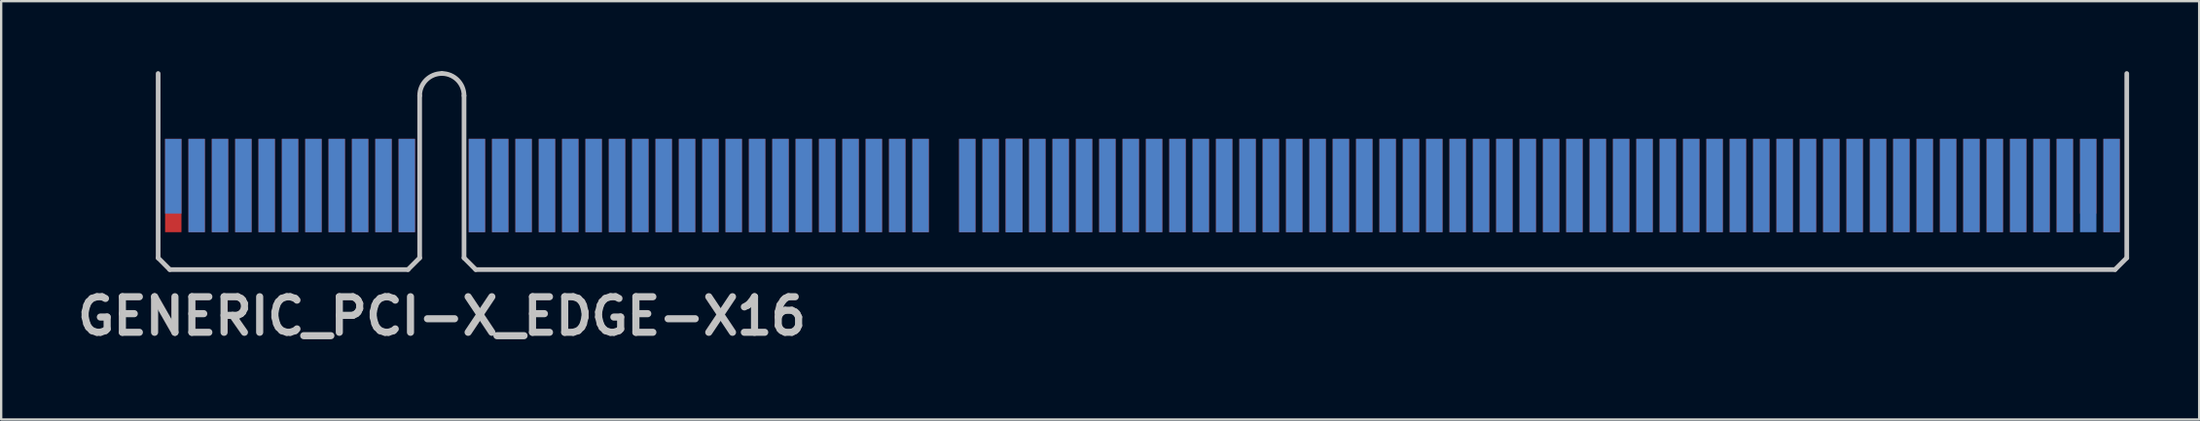
<source format=kicad_pcb>
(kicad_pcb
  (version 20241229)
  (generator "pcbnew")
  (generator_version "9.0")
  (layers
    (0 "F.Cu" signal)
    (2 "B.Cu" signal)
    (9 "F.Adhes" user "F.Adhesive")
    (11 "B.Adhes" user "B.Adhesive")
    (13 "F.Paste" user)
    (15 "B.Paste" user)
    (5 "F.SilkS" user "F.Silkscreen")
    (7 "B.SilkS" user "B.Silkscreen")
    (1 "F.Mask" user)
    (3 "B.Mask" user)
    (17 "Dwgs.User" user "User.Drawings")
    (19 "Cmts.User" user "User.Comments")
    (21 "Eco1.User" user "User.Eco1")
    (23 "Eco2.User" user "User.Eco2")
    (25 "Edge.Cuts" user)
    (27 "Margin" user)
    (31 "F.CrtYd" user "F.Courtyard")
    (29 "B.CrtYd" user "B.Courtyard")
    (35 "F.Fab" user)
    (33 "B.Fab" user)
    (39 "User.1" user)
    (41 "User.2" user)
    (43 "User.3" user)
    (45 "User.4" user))
  (footprint "GENERIC_PCI-X_EDGE-X16"
    (layer "F.Cu")
    (at 15.871 4.301)
    (property "Reference" "GENERIC_PCI-X_EDGE-X16" (at 0 6.2 0) (layer "Dwgs.User") (effects (font (size 1.524 1.524) (thickness 0.305))))
    (attr smd)
    (fp_line (start -12.149 3.701) (end -12.149 -4.201) (stroke (width 0.2) (type solid)) (layer "Dwgs.User"))
    (fp_line (start -11.651 4.201) (end -12.149 3.701) (stroke (width 0.2) (type solid)) (layer "Dwgs.User"))
    (fp_line (start -1.45 4.201) (end -11.651 4.201) (stroke (width 0.2) (type solid)) (layer "Dwgs.User"))
    (fp_line (start -0.95 -3.251) (end -0.95 3.701) (stroke (width 0.2) (type solid)) (layer "Dwgs.User"))
    (fp_line (start -0.95 3.701) (end -1.45 4.201) (stroke (width 0.2) (type solid)) (layer "Dwgs.User"))
    (fp_line (start 0.95 3.701) (end 0.95 -3.251) (stroke (width 0.2) (type solid)) (layer "Dwgs.User"))
    (fp_line (start 0.95 3.701) (end 1.45 4.201) (stroke (width 0.2) (type solid)) (layer "Dwgs.User"))
    (fp_line (start 71.651 4.201) (end 1.45 4.201) (stroke (width 0.2) (type solid)) (layer "Dwgs.User"))
    (fp_line (start 71.651 4.201) (end 72.151 3.701) (stroke (width 0.2) (type solid)) (layer "Dwgs.User"))
    (fp_line (start 72.151 3.701) (end 72.151 -4.201) (stroke (width 0.2) (type solid)) (layer "Dwgs.User"))
    (fp_arc (start -0.94996 -3.2512) (mid -0.671723 -3.922923) (end 0 -4.20116) (stroke (width 0.2) (type solid)) (layer "Dwgs.User"))
    (fp_arc (start 0 -4.20116) (mid 0.671723 -3.922923) (end 0.94996 -3.2512) (stroke (width 0.2) (type solid)) (layer "Dwgs.User"))
    (pad "A1" smd rect (at -11.501 0.201) (size 0.701 3.2) (layers "F.Mask" "B.Cu" "F.Paste"))
    (pad "A2" smd rect (at -10.5 0.599) (size 0.701 4) (layers "F.Mask" "B.Cu" "F.Paste"))
    (pad "A3" smd rect (at -9.5 0.599) (size 0.701 4) (layers "F.Mask" "B.Cu" "F.Paste"))
    (pad "A4" smd rect (at -8.499 0.599) (size 0.701 4) (layers "F.Mask" "B.Cu" "F.Paste"))
    (pad "A5" smd rect (at -7.501 0.599) (size 0.701 4) (layers "F.Mask" "B.Cu" "F.Paste"))
    (pad "A6" smd rect (at -6.5 0.599) (size 0.701 4) (layers "F.Mask" "B.Cu" "F.Paste"))
    (pad "A7" smd rect (at -5.499 0.599) (size 0.701 4) (layers "F.Mask" "B.Cu" "F.Paste"))
    (pad "A8" smd rect (at -4.501 0.599) (size 0.701 4) (layers "F.Mask" "B.Cu" "F.Paste"))
    (pad "A9" smd rect (at -3.5 0.599) (size 0.701 4) (layers "F.Mask" "B.Cu" "F.Paste"))
    (pad "A10" smd rect (at -2.499 0.599) (size 0.701 4) (layers "F.Mask" "B.Cu" "F.Paste"))
    (pad "A11" smd rect (at -1.501 0.599) (size 0.701 4) (layers "F.Mask" "B.Cu" "F.Paste"))
    (pad "A12" smd rect (at 1.501 0.599) (size 0.701 4) (layers "F.Mask" "B.Cu" "F.Paste"))
    (pad "A13" smd rect (at 2.499 0.599) (size 0.701 4) (layers "F.Mask" "B.Cu" "F.Paste"))
    (pad "A14" smd rect (at 3.5 0.599) (size 0.701 4) (layers "F.Mask" "B.Cu" "F.Paste"))
    (pad "A15" smd rect (at 4.501 0.599) (size 0.701 4) (layers "F.Mask" "B.Cu" "F.Paste"))
    (pad "A16" smd rect (at 5.499 0.599) (size 0.701 4) (layers "F.Mask" "B.Cu" "F.Paste"))
    (pad "A17" smd rect (at 6.5 0.599) (size 0.701 4) (layers "F.Mask" "B.Cu" "F.Paste"))
    (pad "A18" smd rect (at 7.501 0.599) (size 0.701 4) (layers "F.Mask" "B.Cu" "F.Paste"))
    (pad "A19" smd rect (at 8.499 0.599) (size 0.701 4) (layers "F.Mask" "B.Cu" "F.Paste"))
    (pad "A20" smd rect (at 9.5 0.599) (size 0.701 4) (layers "F.Mask" "B.Cu" "F.Paste"))
    (pad "A21" smd rect (at 10.5 0.599) (size 0.701 4) (layers "F.Mask" "B.Cu" "F.Paste"))
    (pad "A22" smd rect (at 11.501 0.599) (size 0.701 4) (layers "F.Mask" "B.Cu" "F.Paste"))
    (pad "A23" smd rect (at 12.499 0.599) (size 0.701 4) (layers "F.Mask" "B.Cu" "F.Paste"))
    (pad "A24" smd rect (at 13.5 0.599) (size 0.701 4) (layers "F.Mask" "B.Cu" "F.Paste"))
    (pad "A25" smd rect (at 14.501 0.599) (size 0.701 4) (layers "F.Mask" "B.Cu" "F.Paste"))
    (pad "A26" smd rect (at 15.499 0.599) (size 0.701 4) (layers "F.Mask" "B.Cu" "F.Paste"))
    (pad "A27" smd rect (at 16.5 0.599) (size 0.701 4) (layers "F.Mask" "B.Cu" "F.Paste"))
    (pad "A28" smd rect (at 17.501 0.599) (size 0.701 4) (layers "F.Mask" "B.Cu" "F.Paste"))
    (pad "A29" smd rect (at 18.499 0.599) (size 0.701 4) (layers "F.Mask" "B.Cu" "F.Paste"))
    (pad "A30" smd rect (at 19.5 0.599) (size 0.701 4) (layers "F.Mask" "B.Cu" "F.Paste"))
    (pad "A31" smd rect (at 20.5 0.599) (size 0.701 4) (layers "F.Mask" "B.Cu" "F.Paste"))
    (pad "A32" smd rect (at 24.501 0.599) (size 0.701 4) (layers "F.Mask" "B.Cu" "F.Paste"))
    (pad "A33" smd rect (at 22.499 0.599) (size 0.701 4) (layers "F.Mask" "B.Cu" "F.Paste"))
    (pad "A34" smd rect (at 23.5 0.599) (size 0.701 4) (layers "F.Mask" "B.Cu" "F.Paste"))
    (pad "A35" smd rect (at 24.501 0.599) (size 0.701 4) (layers "F.Mask" "B.Cu" "F.Paste"))
    (pad "A36" smd rect (at 25.499 0.599) (size 0.701 4) (layers "F.Mask" "B.Cu" "F.Paste"))
    (pad "A37" smd rect (at 26.5 0.599) (size 0.701 4) (layers "F.Mask" "B.Cu" "F.Paste"))
    (pad "A38" smd rect (at 27.501 0.599) (size 0.701 4) (layers "F.Mask" "B.Cu" "F.Paste"))
    (pad "A39" smd rect (at 28.499 0.599) (size 0.701 4) (layers "F.Mask" "B.Cu" "F.Paste"))
    (pad "A40" smd rect (at 29.5 0.599) (size 0.701 4) (layers "F.Mask" "B.Cu" "F.Paste"))
    (pad "A41" smd rect (at 30.5 0.599) (size 0.701 4) (layers "F.Mask" "B.Cu" "F.Paste"))
    (pad "A42" smd rect (at 31.501 0.599) (size 0.701 4) (layers "F.Mask" "B.Cu" "F.Paste"))
    (pad "A43" smd rect (at 32.499 0.599) (size 0.701 4) (layers "F.Mask" "B.Cu" "F.Paste"))
    (pad "A44" smd rect (at 33.5 0.599) (size 0.701 4) (layers "F.Mask" "B.Cu" "F.Paste"))
    (pad "A45" smd rect (at 34.501 0.599) (size 0.701 4) (layers "F.Mask" "B.Cu" "F.Paste"))
    (pad "A46" smd rect (at 35.499 0.599) (size 0.701 4) (layers "F.Mask" "B.Cu" "F.Paste"))
    (pad "A47" smd rect (at 36.5 0.599) (size 0.701 4) (layers "F.Mask" "B.Cu" "F.Paste"))
    (pad "A48" smd rect (at 37.501 0.599) (size 0.701 4) (layers "F.Mask" "B.Cu" "F.Paste"))
    (pad "A49" smd rect (at 38.499 0.599) (size 0.701 4) (layers "F.Mask" "B.Cu" "F.Paste"))
    (pad "A50" smd rect (at 39.5 0.599) (size 0.701 4) (layers "F.Mask" "B.Cu" "F.Paste"))
    (pad "A51" smd rect (at 40.5 0.599) (size 0.701 4) (layers "F.Mask" "B.Cu" "F.Paste"))
    (pad "A52" smd rect (at 41.501 0.599) (size 0.701 4) (layers "F.Mask" "B.Cu" "F.Paste"))
    (pad "A53" smd rect (at 42.499 0.599) (size 0.701 4) (layers "F.Mask" "B.Cu" "F.Paste"))
    (pad "A54" smd rect (at 43.5 0.599) (size 0.701 4) (layers "F.Mask" "B.Cu" "F.Paste"))
    (pad "A55" smd rect (at 44.501 0.599) (size 0.701 4) (layers "F.Mask" "B.Cu" "F.Paste"))
    (pad "A56" smd rect (at 45.499 0.599) (size 0.701 4) (layers "F.Mask" "B.Cu" "F.Paste"))
    (pad "A57" smd rect (at 46.5 0.599) (size 0.701 4) (layers "F.Mask" "B.Cu" "F.Paste"))
    (pad "A58" smd rect (at 47.501 0.599) (size 0.701 4) (layers "F.Mask" "B.Cu" "F.Paste"))
    (pad "A59" smd rect (at 48.499 0.599) (size 0.701 4) (layers "F.Mask" "B.Cu" "F.Paste"))
    (pad "A60" smd rect (at 49.5 0.599) (size 0.701 4) (layers "F.Mask" "B.Cu" "F.Paste"))
    (pad "A61" smd rect (at 50.5 0.599) (size 0.701 4) (layers "F.Mask" "B.Cu" "F.Paste"))
    (pad "A62" smd rect (at 51.501 0.599) (size 0.701 4) (layers "F.Mask" "B.Cu" "F.Paste"))
    (pad "A63" smd rect (at 52.499 0.599) (size 0.701 4) (layers "F.Mask" "B.Cu" "F.Paste"))
    (pad "A64" smd rect (at 53.5 0.599) (size 0.701 4) (layers "F.Mask" "B.Cu" "F.Paste"))
    (pad "A65" smd rect (at 54.501 0.599) (size 0.701 4) (layers "F.Mask" "B.Cu" "F.Paste"))
    (pad "A66" smd rect (at 55.499 0.599) (size 0.701 4) (layers "F.Mask" "B.Cu" "F.Paste"))
    (pad "A67" smd rect (at 56.5 0.599) (size 0.701 4) (layers "F.Mask" "B.Cu" "F.Paste"))
    (pad "A68" smd rect (at 57.501 0.599) (size 0.701 4) (layers "F.Mask" "B.Cu" "F.Paste"))
    (pad "A69" smd rect (at 58.499 0.599) (size 0.701 4) (layers "F.Mask" "B.Cu" "F.Paste"))
    (pad "A70" smd rect (at 59.499 0.599) (size 0.701 4) (layers "F.Mask" "B.Cu" "F.Paste"))
    (pad "A71" smd rect (at 60.5 0.599) (size 0.701 4) (layers "F.Mask" "B.Cu" "F.Paste"))
    (pad "A72" smd rect (at 61.501 0.599) (size 0.701 4) (layers "F.Mask" "B.Cu" "F.Paste"))
    (pad "A73" smd rect (at 62.499 0.599) (size 0.701 4) (layers "F.Mask" "B.Cu" "F.Paste"))
    (pad "A74" smd rect (at 63.5 0.599) (size 0.701 4) (layers "F.Mask" "B.Cu" "F.Paste"))
    (pad "A75" smd rect (at 64.501 0.599) (size 0.701 4) (layers "F.Mask" "B.Cu" "F.Paste"))
    (pad "A76" smd rect (at 65.499 0.599) (size 0.701 4) (layers "F.Mask" "B.Cu" "F.Paste"))
    (pad "A77" smd rect (at 66.5 0.599) (size 0.701 4) (layers "F.Mask" "B.Cu" "F.Paste"))
    (pad "A78" smd rect (at 67.501 0.599) (size 0.701 4) (layers "F.Mask" "B.Cu" "F.Paste"))
    (pad "A79" smd rect (at 68.501 0.599) (size 0.701 4) (layers "F.Mask" "B.Cu" "F.Paste"))
    (pad "A80" smd rect (at 69.499 0.599) (size 0.701 4) (layers "F.Mask" "B.Cu" "F.Paste"))
    (pad "A81" smd rect (at 70.5 0.599) (size 0.701 4) (layers "F.Mask" "B.Cu" "F.Paste"))
    (pad "A82" smd rect (at 71.501 0.599) (size 0.701 4) (layers "F.Mask" "B.Cu" "F.Paste"))
    (pad "B1" smd rect (at -11.501 0.599) (size 0.701 4) (layers "F.Cu" "F.Mask" "F.Paste"))
    (pad "B2" smd rect (at -10.5 0.599) (size 0.701 4) (layers "F.Cu" "F.Mask" "F.Paste"))
    (pad "B3" smd rect (at -9.5 0.599) (size 0.701 4) (layers "F.Cu" "F.Mask" "F.Paste"))
    (pad "B4" smd rect (at -8.499 0.599) (size 0.701 4) (layers "F.Cu" "F.Mask" "F.Paste"))
    (pad "B5" smd rect (at -7.501 0.599) (size 0.701 4) (layers "F.Cu" "F.Mask" "F.Paste"))
    (pad "B6" smd rect (at -6.5 0.599) (size 0.701 4) (layers "F.Cu" "F.Mask" "F.Paste"))
    (pad "B7" smd rect (at -5.499 0.599) (size 0.701 4) (layers "F.Cu" "F.Mask" "F.Paste"))
    (pad "B8" smd rect (at -4.501 0.599) (size 0.701 4) (layers "F.Cu" "F.Mask" "F.Paste"))
    (pad "B9" smd rect (at -3.5 0.599) (size 0.701 4) (layers "F.Cu" "F.Mask" "F.Paste"))
    (pad "B10" smd rect (at -2.499 0.599) (size 0.701 4) (layers "F.Cu" "F.Mask" "F.Paste"))
    (pad "B11" smd rect (at -1.501 0.599) (size 0.701 4) (layers "F.Cu" "F.Mask" "F.Paste"))
    (pad "B12" smd rect (at 1.501 0.599) (size 0.701 4) (layers "F.Cu" "F.Mask" "F.Paste"))
    (pad "B13" smd rect (at 2.499 0.599) (size 0.701 4) (layers "F.Cu" "F.Mask" "F.Paste"))
    (pad "B14" smd rect (at 3.5 0.599) (size 0.701 4) (layers "F.Cu" "F.Mask" "F.Paste"))
    (pad "B15" smd rect (at 4.501 0.599) (size 0.701 4) (layers "F.Cu" "F.Mask" "F.Paste"))
    (pad "B16" smd rect (at 5.499 0.599) (size 0.701 4) (layers "F.Cu" "F.Mask" "F.Paste"))
    (pad "B17" smd rect (at 6.5 0.599) (size 0.701 4) (layers "F.Cu" "F.Mask" "F.Paste"))
    (pad "B18" smd rect (at 7.501 0.599) (size 0.701 4) (layers "F.Cu" "F.Mask" "F.Paste"))
    (pad "B19" smd rect (at 8.499 0.599) (size 0.701 4) (layers "F.Cu" "F.Mask" "F.Paste"))
    (pad "B20" smd rect (at 9.5 0.599) (size 0.701 4) (layers "F.Cu" "F.Mask" "F.Paste"))
    (pad "B21" smd rect (at 10.5 0.599) (size 0.701 4) (layers "F.Cu" "F.Mask" "F.Paste"))
    (pad "B22" smd rect (at 11.501 0.599) (size 0.701 4) (layers "F.Cu" "F.Mask" "F.Paste"))
    (pad "B23" smd rect (at 12.499 0.599) (size 0.701 4) (layers "F.Cu" "F.Mask" "F.Paste"))
    (pad "B24" smd rect (at 13.5 0.599) (size 0.701 4) (layers "F.Cu" "F.Mask" "F.Paste"))
    (pad "B25" smd rect (at 14.501 0.599) (size 0.701 4) (layers "F.Cu" "F.Mask" "F.Paste"))
    (pad "B26" smd rect (at 15.499 0.599) (size 0.701 4) (layers "F.Cu" "F.Mask" "F.Paste"))
    (pad "B27" smd rect (at 16.5 0.599) (size 0.701 4) (layers "F.Cu" "F.Mask" "F.Paste"))
    (pad "B28" smd rect (at 17.501 0.599) (size 0.701 4) (layers "F.Cu" "F.Mask" "F.Paste"))
    (pad "B29" smd rect (at 18.499 0.599) (size 0.701 4) (layers "F.Cu" "F.Mask" "F.Paste"))
    (pad "B30" smd rect (at 19.5 0.599) (size 0.701 4) (layers "F.Cu" "F.Mask" "F.Paste"))
    (pad "B31" smd rect (at 20.5 0.599) (size 0.701 4) (layers "F.Cu" "F.Mask" "F.Paste"))
    (pad "B32" smd rect (at 24.501 0.599) (size 0.701 4) (layers "F.Cu" "F.Mask" "F.Paste"))
    (pad "B33" smd rect (at 22.499 0.599) (size 0.701 4) (layers "F.Cu" "F.Mask" "F.Paste"))
    (pad "B34" smd rect (at 23.5 0.599) (size 0.701 4) (layers "F.Cu" "F.Mask" "F.Paste"))
    (pad "B35" smd rect (at 24.501 0.599) (size 0.701 4) (layers "F.Cu" "F.Mask" "F.Paste"))
    (pad "B36" smd rect (at 25.499 0.599) (size 0.701 4) (layers "F.Cu" "F.Mask" "F.Paste"))
    (pad "B37" smd rect (at 26.5 0.599) (size 0.701 4) (layers "F.Cu" "F.Mask" "F.Paste"))
    (pad "B38" smd rect (at 27.501 0.599) (size 0.701 4) (layers "F.Cu" "F.Mask" "F.Paste"))
    (pad "B39" smd rect (at 28.499 0.599) (size 0.701 4) (layers "F.Cu" "F.Mask" "F.Paste"))
    (pad "B40" smd rect (at 29.5 0.599) (size 0.701 4) (layers "F.Cu" "F.Mask" "F.Paste"))
    (pad "B41" smd rect (at 30.5 0.599) (size 0.701 4) (layers "F.Cu" "F.Mask" "F.Paste"))
    (pad "B42" smd rect (at 31.501 0.599) (size 0.701 4) (layers "F.Cu" "F.Mask" "F.Paste"))
    (pad "B43" smd rect (at 32.499 0.599) (size 0.701 4) (layers "F.Cu" "F.Mask" "F.Paste"))
    (pad "B44" smd rect (at 33.5 0.599) (size 0.701 4) (layers "F.Cu" "F.Mask" "F.Paste"))
    (pad "B45" smd rect (at 34.501 0.599) (size 0.701 4) (layers "F.Cu" "F.Mask" "F.Paste"))
    (pad "B46" smd rect (at 35.499 0.599) (size 0.701 4) (layers "F.Cu" "F.Mask" "F.Paste"))
    (pad "B47" smd rect (at 36.5 0.599) (size 0.701 4) (layers "F.Cu" "F.Mask" "F.Paste"))
    (pad "B48" smd rect (at 37.501 0.599) (size 0.701 4) (layers "F.Cu" "F.Mask" "F.Paste"))
    (pad "B49" smd rect (at 38.499 0.599) (size 0.701 4) (layers "F.Cu" "F.Mask" "F.Paste"))
    (pad "B50" smd rect (at 39.5 0.599) (size 0.701 4) (layers "F.Cu" "F.Mask" "F.Paste"))
    (pad "B51" smd rect (at 40.5 0.599) (size 0.701 4) (layers "F.Cu" "F.Mask" "F.Paste"))
    (pad "B52" smd rect (at 41.501 0.599) (size 0.701 4) (layers "F.Cu" "F.Mask" "F.Paste"))
    (pad "B53" smd rect (at 42.499 0.599) (size 0.701 4) (layers "F.Cu" "F.Mask" "F.Paste"))
    (pad "B54" smd rect (at 43.5 0.599) (size 0.701 4) (layers "F.Cu" "F.Mask" "F.Paste"))
    (pad "B55" smd rect (at 44.501 0.599) (size 0.701 4) (layers "F.Cu" "F.Mask" "F.Paste"))
    (pad "B56" smd rect (at 45.499 0.599) (size 0.701 4) (layers "F.Cu" "F.Mask" "F.Paste"))
    (pad "B57" smd rect (at 46.5 0.599) (size 0.701 4) (layers "F.Cu" "F.Mask" "F.Paste"))
    (pad "B58" smd rect (at 47.501 0.599) (size 0.701 4) (layers "F.Cu" "F.Mask" "F.Paste"))
    (pad "B59" smd rect (at 48.499 0.599) (size 0.701 4) (layers "F.Cu" "F.Mask" "F.Paste"))
    (pad "B60" smd rect (at 49.5 0.599) (size 0.701 4) (layers "F.Cu" "F.Mask" "F.Paste"))
    (pad "B61" smd rect (at 50.5 0.599) (size 0.701 4) (layers "F.Cu" "F.Mask" "F.Paste"))
    (pad "B62" smd rect (at 51.501 0.599) (size 0.701 4) (layers "F.Cu" "F.Mask" "F.Paste"))
    (pad "B63" smd rect (at 52.499 0.599) (size 0.701 4) (layers "F.Cu" "F.Mask" "F.Paste"))
    (pad "B64" smd rect (at 53.5 0.599) (size 0.701 4) (layers "F.Cu" "F.Mask" "F.Paste"))
    (pad "B65" smd rect (at 54.501 0.599) (size 0.701 4) (layers "F.Cu" "F.Mask" "F.Paste"))
    (pad "B66" smd rect (at 55.499 0.599) (size 0.701 4) (layers "F.Cu" "F.Mask" "F.Paste"))
    (pad "B67" smd rect (at 56.5 0.599) (size 0.701 4) (layers "F.Cu" "F.Mask" "F.Paste"))
    (pad "B68" smd rect (at 57.501 0.599) (size 0.701 4) (layers "F.Cu" "F.Mask" "F.Paste"))
    (pad "B69" smd rect (at 58.499 0.599) (size 0.701 4) (layers "F.Cu" "F.Mask" "F.Paste"))
    (pad "B70" smd rect (at 59.499 0.599) (size 0.701 4) (layers "F.Cu" "F.Mask" "F.Paste"))
    (pad "B71" smd rect (at 60.5 0.599) (size 0.701 4) (layers "F.Cu" "F.Mask" "F.Paste"))
    (pad "B72" smd rect (at 61.501 0.599) (size 0.701 4) (layers "F.Cu" "F.Mask" "F.Paste"))
    (pad "B73" smd rect (at 62.499 0.599) (size 0.701 4) (layers "F.Cu" "F.Mask" "F.Paste"))
    (pad "B74" smd rect (at 63.5 0.599) (size 0.701 4) (layers "F.Cu" "F.Mask" "F.Paste"))
    (pad "B75" smd rect (at 64.501 0.599) (size 0.701 4) (layers "F.Cu" "F.Mask" "F.Paste"))
    (pad "B76" smd rect (at 65.499 0.599) (size 0.701 4) (layers "F.Cu" "F.Mask" "F.Paste"))
    (pad "B77" smd rect (at 66.5 0.599) (size 0.701 4) (layers "F.Cu" "F.Mask" "F.Paste"))
    (pad "B78" smd rect (at 67.501 0.599) (size 0.701 4) (layers "F.Cu" "F.Mask" "F.Paste"))
    (pad "B79" smd rect (at 68.501 0.599) (size 0.701 4) (layers "F.Cu" "F.Mask" "F.Paste"))
    (pad "B80" smd rect (at 69.499 0.599) (size 0.701 4) (layers "F.Cu" "F.Mask" "F.Paste"))
    (pad "B81" smd rect (at 70.5 0.201) (size 0.701 3.2) (layers "F.Cu" "F.Mask" "F.Paste"))
    (pad "B82" smd rect (at 71.501 0.599) (size 0.701 4) (layers "F.Cu" "F.Mask" "F.Paste")))
  (gr_rect
    (start -3 -3)
    (end 91.123 14.928)
    (stroke (width 0.1) (type default))
    (fill no)
    (layer "Edge.Cuts")))
</source>
